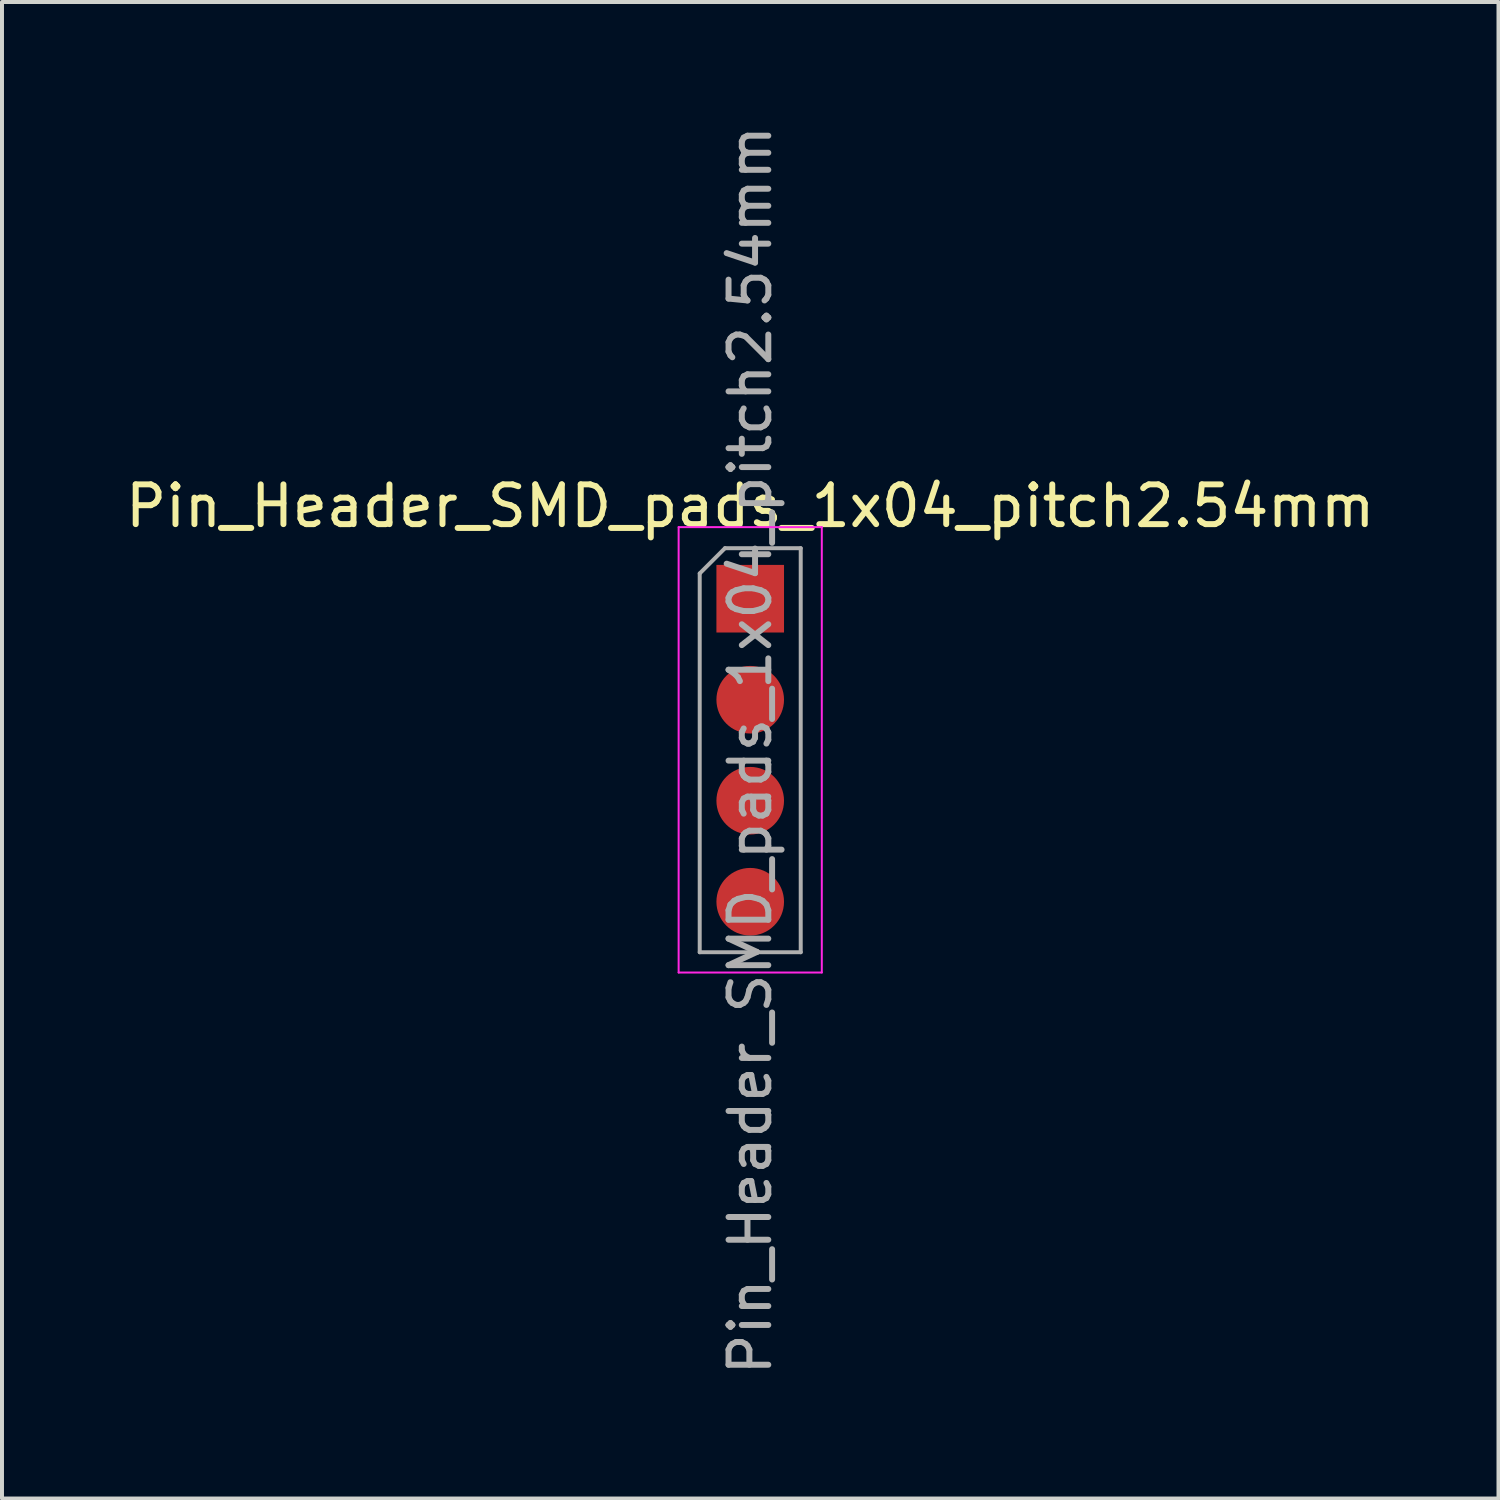
<source format=kicad_pcb>
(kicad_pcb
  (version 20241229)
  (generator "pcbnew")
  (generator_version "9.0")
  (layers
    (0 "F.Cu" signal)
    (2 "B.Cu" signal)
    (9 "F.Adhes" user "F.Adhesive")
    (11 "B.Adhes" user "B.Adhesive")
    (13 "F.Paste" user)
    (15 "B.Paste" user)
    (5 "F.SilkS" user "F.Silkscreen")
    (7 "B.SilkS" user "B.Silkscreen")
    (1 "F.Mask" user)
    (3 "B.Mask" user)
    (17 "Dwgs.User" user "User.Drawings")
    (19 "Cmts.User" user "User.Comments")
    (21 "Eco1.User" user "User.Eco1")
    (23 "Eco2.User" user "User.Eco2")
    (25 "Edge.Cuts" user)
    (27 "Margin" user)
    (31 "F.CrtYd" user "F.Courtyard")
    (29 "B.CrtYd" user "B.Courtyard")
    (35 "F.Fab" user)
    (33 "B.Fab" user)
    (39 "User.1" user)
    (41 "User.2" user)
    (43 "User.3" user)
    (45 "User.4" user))
  (footprint "Pin_Header_SMD_pads_1x04_pitch2.54mm"
    (layer "F.Cu")
    (at 15.815 12.005)
    (property "Reference" "Pin_Header_SMD_pads_1x04_pitch2.54mm" (at 0 -2.33 0) (layer "F.SilkS") (effects (font (size 1 1) (thickness 0.15))))
    (attr through_hole)
    (fp_line (start -1.8 -1.8) (end -1.8 9.4) (stroke (width 0.05) (type solid)) (layer "F.CrtYd"))
    (fp_line (start -1.8 9.4) (end 1.8 9.4) (stroke (width 0.05) (type solid)) (layer "F.CrtYd"))
    (fp_line (start 1.8 -1.8) (end -1.8 -1.8) (stroke (width 0.05) (type solid)) (layer "F.CrtYd"))
    (fp_line (start 1.8 9.4) (end 1.8 -1.8) (stroke (width 0.05) (type solid)) (layer "F.CrtYd"))
    (fp_line (start -1.27 -0.635) (end -0.635 -1.27) (stroke (width 0.1) (type solid)) (layer "F.Fab"))
    (fp_line (start -1.27 8.89) (end -1.27 -0.635) (stroke (width 0.1) (type solid)) (layer "F.Fab"))
    (fp_line (start -0.635 -1.27) (end 1.27 -1.27) (stroke (width 0.1) (type solid)) (layer "F.Fab"))
    (fp_line (start 1.27 -1.27) (end 1.27 8.89) (stroke (width 0.1) (type solid)) (layer "F.Fab"))
    (fp_line (start 1.27 8.89) (end -1.27 8.89) (stroke (width 0.1) (type solid)) (layer "F.Fab"))
    (fp_text user "${REFERENCE}" (at 0 3.81 90) (layer "F.Fab") (effects (font (size 1 1) (thickness 0.15))))
    (pad "1" connect rect (at 0 0) (size 1.7 1.7) (layers "F.Cu" "F.Mask"))
    (pad "2" connect oval (at 0 2.54) (size 1.7 1.7) (layers "F.Cu" "F.Mask"))
    (pad "3" connect oval (at 0 5.08) (size 1.7 1.7) (layers "F.Cu" "F.Mask"))
    (pad "4" connect oval (at 0 7.62) (size 1.7 1.7) (layers "F.Cu" "F.Mask")))
  (gr_rect
    (start -3 -3)
    (end 34.631 34.631)
    (stroke (width 0.1) (type default))
    (fill no)
    (layer "Edge.Cuts")))
</source>
